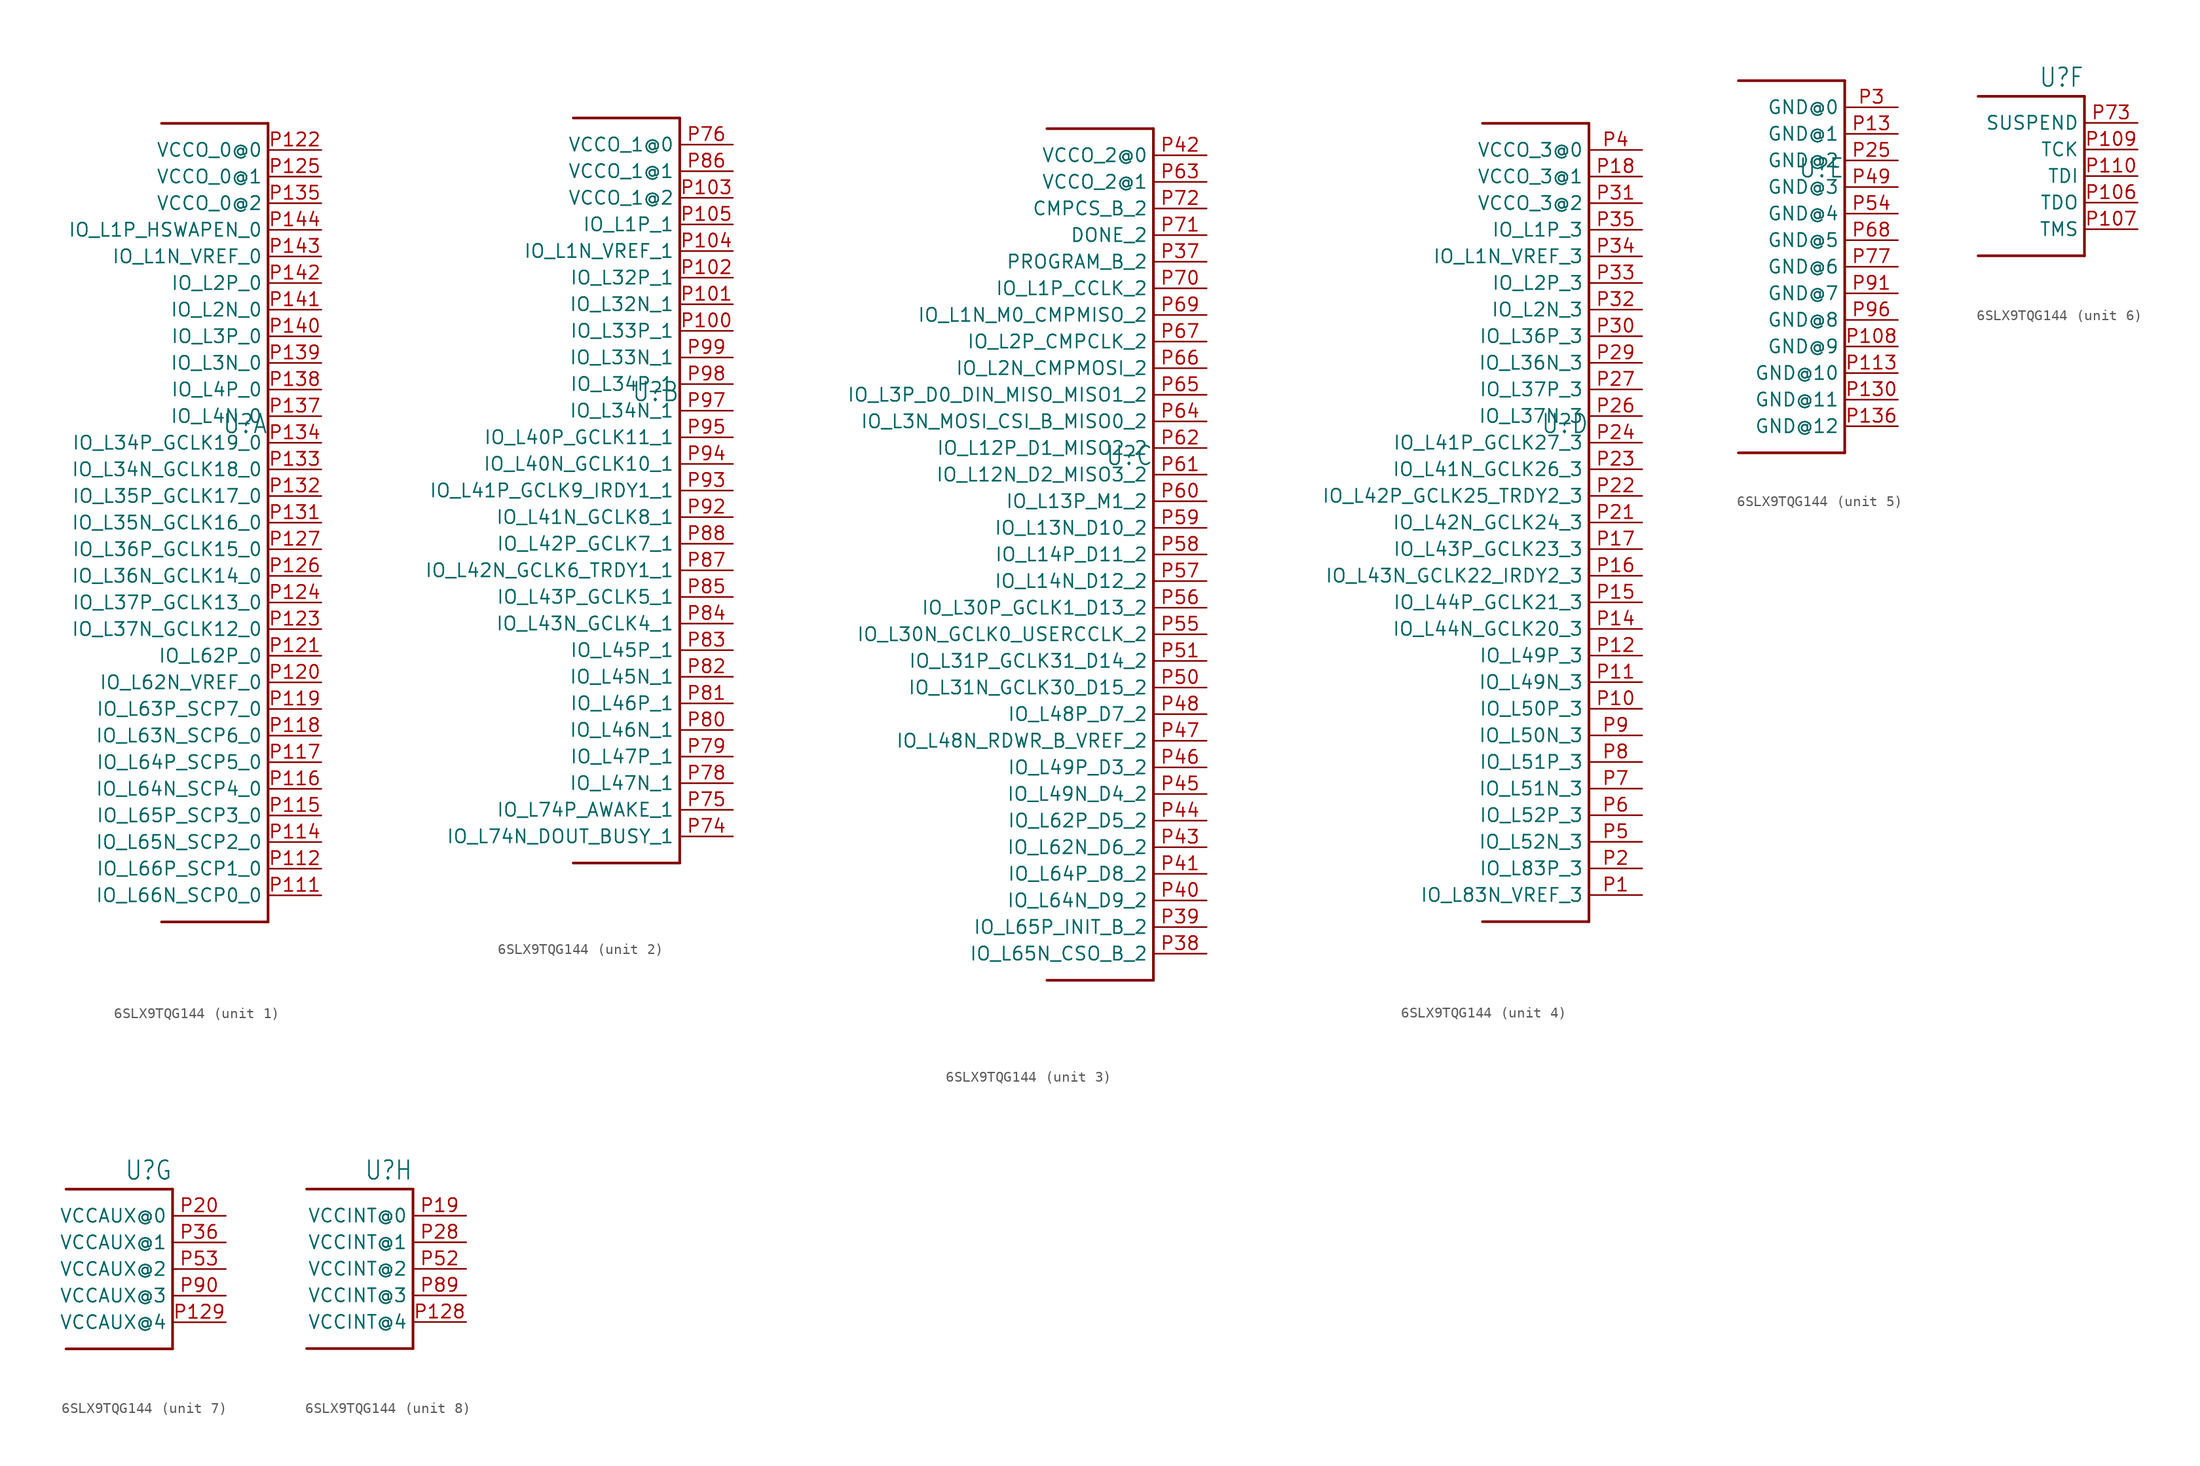
<source format=kicad_sym>
(kicad_symbol_lib
  (version 20220914)
  (generator kicad_symbol_editor)
  (symbol "6SLX9TQG144"
    (property "Reference" "U"
      (at 0 8.382 0)
      (effects (font (size 1.778 1.511)) (justify right bottom)))
    (property "Value" ""
      (at 0 -10.16 0)
      (effects (font (size 1.778 1.511)) (justify right bottom)))
    (property "ki_locked" ""
      (at 0 0 0)
      (effects (font (size 1.27 1.27))))
    (symbol "6SLX9TQG144_1_0"
      (polyline (pts (xy -10.16 38.1) (xy 0 38.1)) (stroke (width 0.254) (type solid)) (fill (type none)))
      (polyline (pts (xy 0 -38.1) (xy -10.16 -38.1)) (stroke (width 0.254) (type solid)) (fill (type none)))
      (polyline (pts (xy 0 38.1) (xy 0 -38.1)) (stroke (width 0.254) (type solid)) (fill (type none)))
      (pin bidirectional line (at 5.08 -35.56 180) (length 5.08) (name "IO_L66N_SCP0_0" (effects (font (size 1.27 1.27)))) (number "P111" (effects (font (size 1.27 1.27)))))
      (pin bidirectional line (at 5.08 -33.02 180) (length 5.08) (name "IO_L66P_SCP1_0" (effects (font (size 1.27 1.27)))) (number "P112" (effects (font (size 1.27 1.27)))))
      (pin bidirectional line (at 5.08 -30.48 180) (length 5.08) (name "IO_L65N_SCP2_0" (effects (font (size 1.27 1.27)))) (number "P114" (effects (font (size 1.27 1.27)))))
      (pin bidirectional line (at 5.08 -27.94 180) (length 5.08) (name "IO_L65P_SCP3_0" (effects (font (size 1.27 1.27)))) (number "P115" (effects (font (size 1.27 1.27)))))
      (pin bidirectional line (at 5.08 -25.4 180) (length 5.08) (name "IO_L64N_SCP4_0" (effects (font (size 1.27 1.27)))) (number "P116" (effects (font (size 1.27 1.27)))))
      (pin bidirectional line (at 5.08 -22.86 180) (length 5.08) (name "IO_L64P_SCP5_0" (effects (font (size 1.27 1.27)))) (number "P117" (effects (font (size 1.27 1.27)))))
      (pin bidirectional line (at 5.08 -20.32 180) (length 5.08) (name "IO_L63N_SCP6_0" (effects (font (size 1.27 1.27)))) (number "P118" (effects (font (size 1.27 1.27)))))
      (pin bidirectional line (at 5.08 -17.78 180) (length 5.08) (name "IO_L63P_SCP7_0" (effects (font (size 1.27 1.27)))) (number "P119" (effects (font (size 1.27 1.27)))))
      (pin bidirectional line (at 5.08 -15.24 180) (length 5.08) (name "IO_L62N_VREF_0" (effects (font (size 1.27 1.27)))) (number "P120" (effects (font (size 1.27 1.27)))))
      (pin bidirectional line (at 5.08 -12.7 180) (length 5.08) (name "IO_L62P_0" (effects (font (size 1.27 1.27)))) (number "P121" (effects (font (size 1.27 1.27)))))
      (pin input line (at 5.08 35.56 180) (length 5.08) (name "VCCO_0@0" (effects (font (size 1.27 1.27)))) (number "P122" (effects (font (size 1.27 1.27)))))
      (pin bidirectional line (at 5.08 -10.16 180) (length 5.08) (name "IO_L37N_GCLK12_0" (effects (font (size 1.27 1.27)))) (number "P123" (effects (font (size 1.27 1.27)))))
      (pin bidirectional line (at 5.08 -7.62 180) (length 5.08) (name "IO_L37P_GCLK13_0" (effects (font (size 1.27 1.27)))) (number "P124" (effects (font (size 1.27 1.27)))))
      (pin input line (at 5.08 33.02 180) (length 5.08) (name "VCCO_0@1" (effects (font (size 1.27 1.27)))) (number "P125" (effects (font (size 1.27 1.27)))))
      (pin bidirectional line (at 5.08 -5.08 180) (length 5.08) (name "IO_L36N_GCLK14_0" (effects (font (size 1.27 1.27)))) (number "P126" (effects (font (size 1.27 1.27)))))
      (pin bidirectional line (at 5.08 -2.54 180) (length 5.08) (name "IO_L36P_GCLK15_0" (effects (font (size 1.27 1.27)))) (number "P127" (effects (font (size 1.27 1.27)))))
      (pin bidirectional line (at 5.08 0 180) (length 5.08) (name "IO_L35N_GCLK16_0" (effects (font (size 1.27 1.27)))) (number "P131" (effects (font (size 1.27 1.27)))))
      (pin bidirectional line (at 5.08 2.54 180) (length 5.08) (name "IO_L35P_GCLK17_0" (effects (font (size 1.27 1.27)))) (number "P132" (effects (font (size 1.27 1.27)))))
      (pin bidirectional line (at 5.08 5.08 180) (length 5.08) (name "IO_L34N_GCLK18_0" (effects (font (size 1.27 1.27)))) (number "P133" (effects (font (size 1.27 1.27)))))
      (pin bidirectional line (at 5.08 7.62 180) (length 5.08) (name "IO_L34P_GCLK19_0" (effects (font (size 1.27 1.27)))) (number "P134" (effects (font (size 1.27 1.27)))))
      (pin input line (at 5.08 30.48 180) (length 5.08) (name "VCCO_0@2" (effects (font (size 1.27 1.27)))) (number "P135" (effects (font (size 1.27 1.27)))))
      (pin bidirectional line (at 5.08 10.16 180) (length 5.08) (name "IO_L4N_0" (effects (font (size 1.27 1.27)))) (number "P137" (effects (font (size 1.27 1.27)))))
      (pin bidirectional line (at 5.08 12.7 180) (length 5.08) (name "IO_L4P_0" (effects (font (size 1.27 1.27)))) (number "P138" (effects (font (size 1.27 1.27)))))
      (pin bidirectional line (at 5.08 15.24 180) (length 5.08) (name "IO_L3N_0" (effects (font (size 1.27 1.27)))) (number "P139" (effects (font (size 1.27 1.27)))))
      (pin bidirectional line (at 5.08 17.78 180) (length 5.08) (name "IO_L3P_0" (effects (font (size 1.27 1.27)))) (number "P140" (effects (font (size 1.27 1.27)))))
      (pin bidirectional line (at 5.08 20.32 180) (length 5.08) (name "IO_L2N_0" (effects (font (size 1.27 1.27)))) (number "P141" (effects (font (size 1.27 1.27)))))
      (pin bidirectional line (at 5.08 22.86 180) (length 5.08) (name "IO_L2P_0" (effects (font (size 1.27 1.27)))) (number "P142" (effects (font (size 1.27 1.27)))))
      (pin bidirectional line (at 5.08 25.4 180) (length 5.08) (name "IO_L1N_VREF_0" (effects (font (size 1.27 1.27)))) (number "P143" (effects (font (size 1.27 1.27)))))
      (pin bidirectional line (at 5.08 27.94 180) (length 5.08) (name "IO_L1P_HSWAPEN_0" (effects (font (size 1.27 1.27)))) (number "P144" (effects (font (size 1.27 1.27))))))
    (symbol "6SLX9TQG144_2_0"
      (polyline (pts (xy -10.16 35.56) (xy 0 35.56)) (stroke (width 0.254) (type solid)) (fill (type none)))
      (polyline (pts (xy 0 -35.56) (xy -10.16 -35.56)) (stroke (width 0.254) (type solid)) (fill (type none)))
      (polyline (pts (xy 0 35.56) (xy 0 -35.56)) (stroke (width 0.254) (type solid)) (fill (type none)))
      (pin bidirectional line (at 5.08 15.24 180) (length 5.08) (name "IO_L33P_1" (effects (font (size 1.27 1.27)))) (number "P100" (effects (font (size 1.27 1.27)))))
      (pin bidirectional line (at 5.08 17.78 180) (length 5.08) (name "IO_L32N_1" (effects (font (size 1.27 1.27)))) (number "P101" (effects (font (size 1.27 1.27)))))
      (pin bidirectional line (at 5.08 20.32 180) (length 5.08) (name "IO_L32P_1" (effects (font (size 1.27 1.27)))) (number "P102" (effects (font (size 1.27 1.27)))))
      (pin input line (at 5.08 27.94 180) (length 5.08) (name "VCCO_1@2" (effects (font (size 1.27 1.27)))) (number "P103" (effects (font (size 1.27 1.27)))))
      (pin bidirectional line (at 5.08 22.86 180) (length 5.08) (name "IO_L1N_VREF_1" (effects (font (size 1.27 1.27)))) (number "P104" (effects (font (size 1.27 1.27)))))
      (pin bidirectional line (at 5.08 25.4 180) (length 5.08) (name "IO_L1P_1" (effects (font (size 1.27 1.27)))) (number "P105" (effects (font (size 1.27 1.27)))))
      (pin bidirectional line (at 5.08 -33.02 180) (length 5.08) (name "IO_L74N_DOUT_BUSY_1" (effects (font (size 1.27 1.27)))) (number "P74" (effects (font (size 1.27 1.27)))))
      (pin bidirectional line (at 5.08 -30.48 180) (length 5.08) (name "IO_L74P_AWAKE_1" (effects (font (size 1.27 1.27)))) (number "P75" (effects (font (size 1.27 1.27)))))
      (pin input line (at 5.08 33.02 180) (length 5.08) (name "VCCO_1@0" (effects (font (size 1.27 1.27)))) (number "P76" (effects (font (size 1.27 1.27)))))
      (pin bidirectional line (at 5.08 -27.94 180) (length 5.08) (name "IO_L47N_1" (effects (font (size 1.27 1.27)))) (number "P78" (effects (font (size 1.27 1.27)))))
      (pin bidirectional line (at 5.08 -25.4 180) (length 5.08) (name "IO_L47P_1" (effects (font (size 1.27 1.27)))) (number "P79" (effects (font (size 1.27 1.27)))))
      (pin bidirectional line (at 5.08 -22.86 180) (length 5.08) (name "IO_L46N_1" (effects (font (size 1.27 1.27)))) (number "P80" (effects (font (size 1.27 1.27)))))
      (pin bidirectional line (at 5.08 -20.32 180) (length 5.08) (name "IO_L46P_1" (effects (font (size 1.27 1.27)))) (number "P81" (effects (font (size 1.27 1.27)))))
      (pin bidirectional line (at 5.08 -17.78 180) (length 5.08) (name "IO_L45N_1" (effects (font (size 1.27 1.27)))) (number "P82" (effects (font (size 1.27 1.27)))))
      (pin bidirectional line (at 5.08 -15.24 180) (length 5.08) (name "IO_L45P_1" (effects (font (size 1.27 1.27)))) (number "P83" (effects (font (size 1.27 1.27)))))
      (pin bidirectional line (at 5.08 -12.7 180) (length 5.08) (name "IO_L43N_GCLK4_1" (effects (font (size 1.27 1.27)))) (number "P84" (effects (font (size 1.27 1.27)))))
      (pin bidirectional line (at 5.08 -10.16 180) (length 5.08) (name "IO_L43P_GCLK5_1" (effects (font (size 1.27 1.27)))) (number "P85" (effects (font (size 1.27 1.27)))))
      (pin input line (at 5.08 30.48 180) (length 5.08) (name "VCCO_1@1" (effects (font (size 1.27 1.27)))) (number "P86" (effects (font (size 1.27 1.27)))))
      (pin bidirectional line (at 5.08 -7.62 180) (length 5.08) (name "IO_L42N_GCLK6_TRDY1_1" (effects (font (size 1.27 1.27)))) (number "P87" (effects (font (size 1.27 1.27)))))
      (pin bidirectional line (at 5.08 -5.08 180) (length 5.08) (name "IO_L42P_GCLK7_1" (effects (font (size 1.27 1.27)))) (number "P88" (effects (font (size 1.27 1.27)))))
      (pin bidirectional line (at 5.08 -2.54 180) (length 5.08) (name "IO_L41N_GCLK8_1" (effects (font (size 1.27 1.27)))) (number "P92" (effects (font (size 1.27 1.27)))))
      (pin bidirectional line (at 5.08 0 180) (length 5.08) (name "IO_L41P_GCLK9_IRDY1_1" (effects (font (size 1.27 1.27)))) (number "P93" (effects (font (size 1.27 1.27)))))
      (pin bidirectional line (at 5.08 2.54 180) (length 5.08) (name "IO_L40N_GCLK10_1" (effects (font (size 1.27 1.27)))) (number "P94" (effects (font (size 1.27 1.27)))))
      (pin bidirectional line (at 5.08 5.08 180) (length 5.08) (name "IO_L40P_GCLK11_1" (effects (font (size 1.27 1.27)))) (number "P95" (effects (font (size 1.27 1.27)))))
      (pin bidirectional line (at 5.08 7.62 180) (length 5.08) (name "IO_L34N_1" (effects (font (size 1.27 1.27)))) (number "P97" (effects (font (size 1.27 1.27)))))
      (pin bidirectional line (at 5.08 10.16 180) (length 5.08) (name "IO_L34P_1" (effects (font (size 1.27 1.27)))) (number "P98" (effects (font (size 1.27 1.27)))))
      (pin bidirectional line (at 5.08 12.7 180) (length 5.08) (name "IO_L33N_1" (effects (font (size 1.27 1.27)))) (number "P99" (effects (font (size 1.27 1.27))))))
    (symbol "6SLX9TQG144_3_0"
      (polyline (pts (xy -10.16 40.64) (xy 0 40.64)) (stroke (width 0.254) (type solid)) (fill (type none)))
      (polyline (pts (xy 0 -40.64) (xy -10.16 -40.64)) (stroke (width 0.254) (type solid)) (fill (type none)))
      (polyline (pts (xy 0 40.64) (xy 0 -40.64)) (stroke (width 0.254) (type solid)) (fill (type none)))
      (pin input line (at 5.08 27.94 180) (length 5.08) (name "PROGRAM_B_2" (effects (font (size 1.27 1.27)))) (number "P37" (effects (font (size 1.27 1.27)))))
      (pin bidirectional line (at 5.08 -38.1 180) (length 5.08) (name "IO_L65N_CSO_B_2" (effects (font (size 1.27 1.27)))) (number "P38" (effects (font (size 1.27 1.27)))))
      (pin bidirectional line (at 5.08 -35.56 180) (length 5.08) (name "IO_L65P_INIT_B_2" (effects (font (size 1.27 1.27)))) (number "P39" (effects (font (size 1.27 1.27)))))
      (pin bidirectional line (at 5.08 -33.02 180) (length 5.08) (name "IO_L64N_D9_2" (effects (font (size 1.27 1.27)))) (number "P40" (effects (font (size 1.27 1.27)))))
      (pin bidirectional line (at 5.08 -30.48 180) (length 5.08) (name "IO_L64P_D8_2" (effects (font (size 1.27 1.27)))) (number "P41" (effects (font (size 1.27 1.27)))))
      (pin input line (at 5.08 38.1 180) (length 5.08) (name "VCCO_2@0" (effects (font (size 1.27 1.27)))) (number "P42" (effects (font (size 1.27 1.27)))))
      (pin bidirectional line (at 5.08 -27.94 180) (length 5.08) (name "IO_L62N_D6_2" (effects (font (size 1.27 1.27)))) (number "P43" (effects (font (size 1.27 1.27)))))
      (pin bidirectional line (at 5.08 -25.4 180) (length 5.08) (name "IO_L62P_D5_2" (effects (font (size 1.27 1.27)))) (number "P44" (effects (font (size 1.27 1.27)))))
      (pin bidirectional line (at 5.08 -22.86 180) (length 5.08) (name "IO_L49N_D4_2" (effects (font (size 1.27 1.27)))) (number "P45" (effects (font (size 1.27 1.27)))))
      (pin bidirectional line (at 5.08 -20.32 180) (length 5.08) (name "IO_L49P_D3_2" (effects (font (size 1.27 1.27)))) (number "P46" (effects (font (size 1.27 1.27)))))
      (pin bidirectional line (at 5.08 -17.78 180) (length 5.08) (name "IO_L48N_RDWR_B_VREF_2" (effects (font (size 1.27 1.27)))) (number "P47" (effects (font (size 1.27 1.27)))))
      (pin bidirectional line (at 5.08 -15.24 180) (length 5.08) (name "IO_L48P_D7_2" (effects (font (size 1.27 1.27)))) (number "P48" (effects (font (size 1.27 1.27)))))
      (pin bidirectional line (at 5.08 -12.7 180) (length 5.08) (name "IO_L31N_GCLK30_D15_2" (effects (font (size 1.27 1.27)))) (number "P50" (effects (font (size 1.27 1.27)))))
      (pin bidirectional line (at 5.08 -10.16 180) (length 5.08) (name "IO_L31P_GCLK31_D14_2" (effects (font (size 1.27 1.27)))) (number "P51" (effects (font (size 1.27 1.27)))))
      (pin bidirectional line (at 5.08 -7.62 180) (length 5.08) (name "IO_L30N_GCLK0_USERCCLK_2" (effects (font (size 1.27 1.27)))) (number "P55" (effects (font (size 1.27 1.27)))))
      (pin bidirectional line (at 5.08 -5.08 180) (length 5.08) (name "IO_L30P_GCLK1_D13_2" (effects (font (size 1.27 1.27)))) (number "P56" (effects (font (size 1.27 1.27)))))
      (pin bidirectional line (at 5.08 -2.54 180) (length 5.08) (name "IO_L14N_D12_2" (effects (font (size 1.27 1.27)))) (number "P57" (effects (font (size 1.27 1.27)))))
      (pin bidirectional line (at 5.08 0 180) (length 5.08) (name "IO_L14P_D11_2" (effects (font (size 1.27 1.27)))) (number "P58" (effects (font (size 1.27 1.27)))))
      (pin bidirectional line (at 5.08 2.54 180) (length 5.08) (name "IO_L13N_D10_2" (effects (font (size 1.27 1.27)))) (number "P59" (effects (font (size 1.27 1.27)))))
      (pin bidirectional line (at 5.08 5.08 180) (length 5.08) (name "IO_L13P_M1_2" (effects (font (size 1.27 1.27)))) (number "P60" (effects (font (size 1.27 1.27)))))
      (pin bidirectional line (at 5.08 7.62 180) (length 5.08) (name "IO_L12N_D2_MISO3_2" (effects (font (size 1.27 1.27)))) (number "P61" (effects (font (size 1.27 1.27)))))
      (pin bidirectional line (at 5.08 10.16 180) (length 5.08) (name "IO_L12P_D1_MISO2_2" (effects (font (size 1.27 1.27)))) (number "P62" (effects (font (size 1.27 1.27)))))
      (pin input line (at 5.08 35.56 180) (length 5.08) (name "VCCO_2@1" (effects (font (size 1.27 1.27)))) (number "P63" (effects (font (size 1.27 1.27)))))
      (pin bidirectional line (at 5.08 12.7 180) (length 5.08) (name "IO_L3N_MOSI_CSI_B_MISO0_2" (effects (font (size 1.27 1.27)))) (number "P64" (effects (font (size 1.27 1.27)))))
      (pin bidirectional line (at 5.08 15.24 180) (length 5.08) (name "IO_L3P_D0_DIN_MISO_MISO1_2" (effects (font (size 1.27 1.27)))) (number "P65" (effects (font (size 1.27 1.27)))))
      (pin bidirectional line (at 5.08 17.78 180) (length 5.08) (name "IO_L2N_CMPMOSI_2" (effects (font (size 1.27 1.27)))) (number "P66" (effects (font (size 1.27 1.27)))))
      (pin bidirectional line (at 5.08 20.32 180) (length 5.08) (name "IO_L2P_CMPCLK_2" (effects (font (size 1.27 1.27)))) (number "P67" (effects (font (size 1.27 1.27)))))
      (pin bidirectional line (at 5.08 22.86 180) (length 5.08) (name "IO_L1N_M0_CMPMISO_2" (effects (font (size 1.27 1.27)))) (number "P69" (effects (font (size 1.27 1.27)))))
      (pin bidirectional line (at 5.08 25.4 180) (length 5.08) (name "IO_L1P_CCLK_2" (effects (font (size 1.27 1.27)))) (number "P70" (effects (font (size 1.27 1.27)))))
      (pin bidirectional line (at 5.08 30.48 180) (length 5.08) (name "DONE_2" (effects (font (size 1.27 1.27)))) (number "P71" (effects (font (size 1.27 1.27)))))
      (pin bidirectional line (at 5.08 33.02 180) (length 5.08) (name "CMPCS_B_2" (effects (font (size 1.27 1.27)))) (number "P72" (effects (font (size 1.27 1.27))))))
    (symbol "6SLX9TQG144_4_0"
      (polyline (pts (xy -10.16 38.1) (xy 0 38.1)) (stroke (width 0.254) (type solid)) (fill (type none)))
      (polyline (pts (xy 0 -38.1) (xy -10.16 -38.1)) (stroke (width 0.254) (type solid)) (fill (type none)))
      (polyline (pts (xy 0 38.1) (xy 0 -38.1)) (stroke (width 0.254) (type solid)) (fill (type none)))
      (pin bidirectional line (at 5.08 -35.56 180) (length 5.08) (name "IO_L83N_VREF_3" (effects (font (size 1.27 1.27)))) (number "P1" (effects (font (size 1.27 1.27)))))
      (pin bidirectional line (at 5.08 -17.78 180) (length 5.08) (name "IO_L50P_3" (effects (font (size 1.27 1.27)))) (number "P10" (effects (font (size 1.27 1.27)))))
      (pin bidirectional line (at 5.08 -15.24 180) (length 5.08) (name "IO_L49N_3" (effects (font (size 1.27 1.27)))) (number "P11" (effects (font (size 1.27 1.27)))))
      (pin bidirectional line (at 5.08 -12.7 180) (length 5.08) (name "IO_L49P_3" (effects (font (size 1.27 1.27)))) (number "P12" (effects (font (size 1.27 1.27)))))
      (pin bidirectional line (at 5.08 -10.16 180) (length 5.08) (name "IO_L44N_GCLK20_3" (effects (font (size 1.27 1.27)))) (number "P14" (effects (font (size 1.27 1.27)))))
      (pin bidirectional line (at 5.08 -7.62 180) (length 5.08) (name "IO_L44P_GCLK21_3" (effects (font (size 1.27 1.27)))) (number "P15" (effects (font (size 1.27 1.27)))))
      (pin bidirectional line (at 5.08 -5.08 180) (length 5.08) (name "IO_L43N_GCLK22_IRDY2_3" (effects (font (size 1.27 1.27)))) (number "P16" (effects (font (size 1.27 1.27)))))
      (pin bidirectional line (at 5.08 -2.54 180) (length 5.08) (name "IO_L43P_GCLK23_3" (effects (font (size 1.27 1.27)))) (number "P17" (effects (font (size 1.27 1.27)))))
      (pin input line (at 5.08 33.02 180) (length 5.08) (name "VCCO_3@1" (effects (font (size 1.27 1.27)))) (number "P18" (effects (font (size 1.27 1.27)))))
      (pin bidirectional line (at 5.08 -33.02 180) (length 5.08) (name "IO_L83P_3" (effects (font (size 1.27 1.27)))) (number "P2" (effects (font (size 1.27 1.27)))))
      (pin bidirectional line (at 5.08 0 180) (length 5.08) (name "IO_L42N_GCLK24_3" (effects (font (size 1.27 1.27)))) (number "P21" (effects (font (size 1.27 1.27)))))
      (pin bidirectional line (at 5.08 2.54 180) (length 5.08) (name "IO_L42P_GCLK25_TRDY2_3" (effects (font (size 1.27 1.27)))) (number "P22" (effects (font (size 1.27 1.27)))))
      (pin bidirectional line (at 5.08 5.08 180) (length 5.08) (name "IO_L41N_GCLK26_3" (effects (font (size 1.27 1.27)))) (number "P23" (effects (font (size 1.27 1.27)))))
      (pin bidirectional line (at 5.08 7.62 180) (length 5.08) (name "IO_L41P_GCLK27_3" (effects (font (size 1.27 1.27)))) (number "P24" (effects (font (size 1.27 1.27)))))
      (pin bidirectional line (at 5.08 10.16 180) (length 5.08) (name "IO_L37N_3" (effects (font (size 1.27 1.27)))) (number "P26" (effects (font (size 1.27 1.27)))))
      (pin bidirectional line (at 5.08 12.7 180) (length 5.08) (name "IO_L37P_3" (effects (font (size 1.27 1.27)))) (number "P27" (effects (font (size 1.27 1.27)))))
      (pin bidirectional line (at 5.08 15.24 180) (length 5.08) (name "IO_L36N_3" (effects (font (size 1.27 1.27)))) (number "P29" (effects (font (size 1.27 1.27)))))
      (pin bidirectional line (at 5.08 17.78 180) (length 5.08) (name "IO_L36P_3" (effects (font (size 1.27 1.27)))) (number "P30" (effects (font (size 1.27 1.27)))))
      (pin input line (at 5.08 30.48 180) (length 5.08) (name "VCCO_3@2" (effects (font (size 1.27 1.27)))) (number "P31" (effects (font (size 1.27 1.27)))))
      (pin bidirectional line (at 5.08 20.32 180) (length 5.08) (name "IO_L2N_3" (effects (font (size 1.27 1.27)))) (number "P32" (effects (font (size 1.27 1.27)))))
      (pin bidirectional line (at 5.08 22.86 180) (length 5.08) (name "IO_L2P_3" (effects (font (size 1.27 1.27)))) (number "P33" (effects (font (size 1.27 1.27)))))
      (pin bidirectional line (at 5.08 25.4 180) (length 5.08) (name "IO_L1N_VREF_3" (effects (font (size 1.27 1.27)))) (number "P34" (effects (font (size 1.27 1.27)))))
      (pin bidirectional line (at 5.08 27.94 180) (length 5.08) (name "IO_L1P_3" (effects (font (size 1.27 1.27)))) (number "P35" (effects (font (size 1.27 1.27)))))
      (pin input line (at 5.08 35.56 180) (length 5.08) (name "VCCO_3@0" (effects (font (size 1.27 1.27)))) (number "P4" (effects (font (size 1.27 1.27)))))
      (pin bidirectional line (at 5.08 -30.48 180) (length 5.08) (name "IO_L52N_3" (effects (font (size 1.27 1.27)))) (number "P5" (effects (font (size 1.27 1.27)))))
      (pin bidirectional line (at 5.08 -27.94 180) (length 5.08) (name "IO_L52P_3" (effects (font (size 1.27 1.27)))) (number "P6" (effects (font (size 1.27 1.27)))))
      (pin bidirectional line (at 5.08 -25.4 180) (length 5.08) (name "IO_L51N_3" (effects (font (size 1.27 1.27)))) (number "P7" (effects (font (size 1.27 1.27)))))
      (pin bidirectional line (at 5.08 -22.86 180) (length 5.08) (name "IO_L51P_3" (effects (font (size 1.27 1.27)))) (number "P8" (effects (font (size 1.27 1.27)))))
      (pin bidirectional line (at 5.08 -20.32 180) (length 5.08) (name "IO_L50N_3" (effects (font (size 1.27 1.27)))) (number "P9" (effects (font (size 1.27 1.27))))))
    (symbol "6SLX9TQG144_5_0"
      (polyline (pts (xy -10.16 17.78) (xy 0 17.78)) (stroke (width 0.254) (type solid)) (fill (type none)))
      (polyline (pts (xy 0 -17.78) (xy -10.16 -17.78)) (stroke (width 0.254) (type solid)) (fill (type none)))
      (polyline (pts (xy 0 17.78) (xy 0 -17.78)) (stroke (width 0.254) (type solid)) (fill (type none)))
      (pin power_in line (at 5.08 -7.62 180) (length 5.08) (name "GND@9" (effects (font (size 1.27 1.27)))) (number "P108" (effects (font (size 1.27 1.27)))))
      (pin power_in line (at 5.08 -10.16 180) (length 5.08) (name "GND@10" (effects (font (size 1.27 1.27)))) (number "P113" (effects (font (size 1.27 1.27)))))
      (pin power_in line (at 5.08 12.7 180) (length 5.08) (name "GND@1" (effects (font (size 1.27 1.27)))) (number "P13" (effects (font (size 1.27 1.27)))))
      (pin power_in line (at 5.08 -12.7 180) (length 5.08) (name "GND@11" (effects (font (size 1.27 1.27)))) (number "P130" (effects (font (size 1.27 1.27)))))
      (pin power_in line (at 5.08 -15.24 180) (length 5.08) (name "GND@12" (effects (font (size 1.27 1.27)))) (number "P136" (effects (font (size 1.27 1.27)))))
      (pin power_in line (at 5.08 10.16 180) (length 5.08) (name "GND@2" (effects (font (size 1.27 1.27)))) (number "P25" (effects (font (size 1.27 1.27)))))
      (pin power_in line (at 5.08 15.24 180) (length 5.08) (name "GND@0" (effects (font (size 1.27 1.27)))) (number "P3" (effects (font (size 1.27 1.27)))))
      (pin power_in line (at 5.08 7.62 180) (length 5.08) (name "GND@3" (effects (font (size 1.27 1.27)))) (number "P49" (effects (font (size 1.27 1.27)))))
      (pin power_in line (at 5.08 5.08 180) (length 5.08) (name "GND@4" (effects (font (size 1.27 1.27)))) (number "P54" (effects (font (size 1.27 1.27)))))
      (pin power_in line (at 5.08 2.54 180) (length 5.08) (name "GND@5" (effects (font (size 1.27 1.27)))) (number "P68" (effects (font (size 1.27 1.27)))))
      (pin power_in line (at 5.08 0 180) (length 5.08) (name "GND@6" (effects (font (size 1.27 1.27)))) (number "P77" (effects (font (size 1.27 1.27)))))
      (pin power_in line (at 5.08 -2.54 180) (length 5.08) (name "GND@7" (effects (font (size 1.27 1.27)))) (number "P91" (effects (font (size 1.27 1.27)))))
      (pin power_in line (at 5.08 -5.08 180) (length 5.08) (name "GND@8" (effects (font (size 1.27 1.27)))) (number "P96" (effects (font (size 1.27 1.27))))))
    (symbol "6SLX9TQG144_6_0"
      (polyline (pts (xy -10.16 7.62) (xy 0 7.62)) (stroke (width 0.254) (type solid)) (fill (type none)))
      (polyline (pts (xy 0 -7.62) (xy -10.16 -7.62)) (stroke (width 0.254) (type solid)) (fill (type none)))
      (polyline (pts (xy 0 7.62) (xy 0 -7.62)) (stroke (width 0.254) (type solid)) (fill (type none)))
      (pin output line (at 5.08 -2.54 180) (length 5.08) (name "TDO" (effects (font (size 1.27 1.27)))) (number "P106" (effects (font (size 1.27 1.27)))))
      (pin input line (at 5.08 -5.08 180) (length 5.08) (name "TMS" (effects (font (size 1.27 1.27)))) (number "P107" (effects (font (size 1.27 1.27)))))
      (pin input line (at 5.08 2.54 180) (length 5.08) (name "TCK" (effects (font (size 1.27 1.27)))) (number "P109" (effects (font (size 1.27 1.27)))))
      (pin input line (at 5.08 0 180) (length 5.08) (name "TDI" (effects (font (size 1.27 1.27)))) (number "P110" (effects (font (size 1.27 1.27)))))
      (pin input line (at 5.08 5.08 180) (length 5.08) (name "SUSPEND" (effects (font (size 1.27 1.27)))) (number "P73" (effects (font (size 1.27 1.27))))))
    (symbol "6SLX9TQG144_7_0"
      (polyline (pts (xy -10.16 7.62) (xy 0 7.62)) (stroke (width 0.254) (type solid)) (fill (type none)))
      (polyline (pts (xy 0 -7.62) (xy -10.16 -7.62)) (stroke (width 0.254) (type solid)) (fill (type none)))
      (polyline (pts (xy 0 7.62) (xy 0 -7.62)) (stroke (width 0.254) (type solid)) (fill (type none)))
      (pin input line (at 5.08 -5.08 180) (length 5.08) (name "VCCAUX@4" (effects (font (size 1.27 1.27)))) (number "P129" (effects (font (size 1.27 1.27)))))
      (pin input line (at 5.08 5.08 180) (length 5.08) (name "VCCAUX@0" (effects (font (size 1.27 1.27)))) (number "P20" (effects (font (size 1.27 1.27)))))
      (pin input line (at 5.08 2.54 180) (length 5.08) (name "VCCAUX@1" (effects (font (size 1.27 1.27)))) (number "P36" (effects (font (size 1.27 1.27)))))
      (pin input line (at 5.08 0 180) (length 5.08) (name "VCCAUX@2" (effects (font (size 1.27 1.27)))) (number "P53" (effects (font (size 1.27 1.27)))))
      (pin input line (at 5.08 -2.54 180) (length 5.08) (name "VCCAUX@3" (effects (font (size 1.27 1.27)))) (number "P90" (effects (font (size 1.27 1.27))))))
    (symbol "6SLX9TQG144_8_0"
      (polyline (pts (xy -10.16 7.62) (xy 0 7.62)) (stroke (width 0.254) (type solid)) (fill (type none)))
      (polyline (pts (xy 0 -7.62) (xy -10.16 -7.62)) (stroke (width 0.254) (type solid)) (fill (type none)))
      (polyline (pts (xy 0 7.62) (xy 0 -7.62)) (stroke (width 0.254) (type solid)) (fill (type none)))
      (pin input line (at 5.08 -5.08 180) (length 5.08) (name "VCCINT@4" (effects (font (size 1.27 1.27)))) (number "P128" (effects (font (size 1.27 1.27)))))
      (pin input line (at 5.08 5.08 180) (length 5.08) (name "VCCINT@0" (effects (font (size 1.27 1.27)))) (number "P19" (effects (font (size 1.27 1.27)))))
      (pin input line (at 5.08 2.54 180) (length 5.08) (name "VCCINT@1" (effects (font (size 1.27 1.27)))) (number "P28" (effects (font (size 1.27 1.27)))))
      (pin input line (at 5.08 0 180) (length 5.08) (name "VCCINT@2" (effects (font (size 1.27 1.27)))) (number "P52" (effects (font (size 1.27 1.27)))))
      (pin input line (at 5.08 -2.54 180) (length 5.08) (name "VCCINT@3" (effects (font (size 1.27 1.27)))) (number "P89" (effects (font (size 1.27 1.27))))))))
</source>
